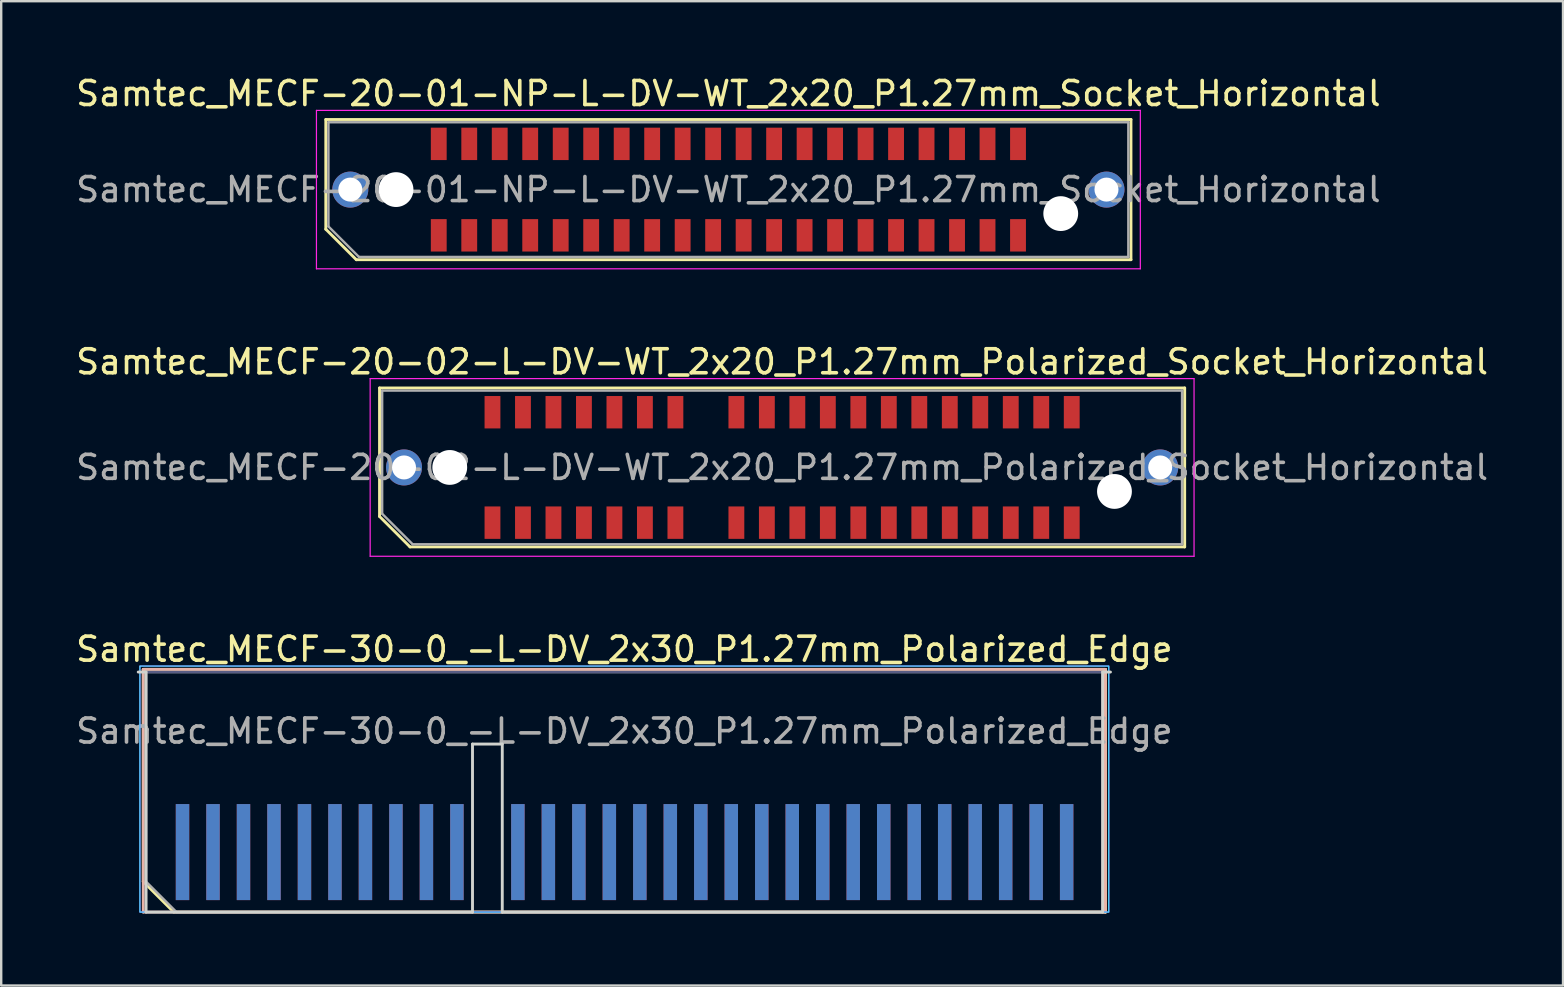
<source format=kicad_pcb>
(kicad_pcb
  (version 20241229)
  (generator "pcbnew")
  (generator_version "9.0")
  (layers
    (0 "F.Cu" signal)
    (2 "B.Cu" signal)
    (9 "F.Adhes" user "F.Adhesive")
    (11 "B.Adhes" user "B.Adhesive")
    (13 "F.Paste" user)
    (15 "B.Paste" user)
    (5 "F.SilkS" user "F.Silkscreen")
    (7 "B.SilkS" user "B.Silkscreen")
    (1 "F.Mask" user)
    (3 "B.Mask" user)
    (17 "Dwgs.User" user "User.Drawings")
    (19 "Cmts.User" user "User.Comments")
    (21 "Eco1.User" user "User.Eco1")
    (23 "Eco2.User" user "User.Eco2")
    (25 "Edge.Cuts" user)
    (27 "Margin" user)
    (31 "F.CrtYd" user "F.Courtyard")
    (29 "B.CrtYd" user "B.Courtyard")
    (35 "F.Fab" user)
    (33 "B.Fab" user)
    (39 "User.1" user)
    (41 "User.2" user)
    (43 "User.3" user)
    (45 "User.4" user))
  (footprint "Samtec_MECF-30-0_-L-DV_2x30_P1.27mm_Polarized_Edge"
    (layer "F.Cu")
    (at 22.958 29.945)
    (property "Reference" "Samtec_MECF-30-0_-L-DV_2x30_P1.27mm_Polarized_Edge" (at 0 -5.95 0) (layer "F.SilkS") (effects (font (size 1 1) (thickness 0.15))))
    (attr exclude_from_pos_files exclude_from_bom)
    (fp_line (start -20.04 -5.11) (end 20.04 -5.11) (stroke (width 0.12) (type solid)) (layer "F.SilkS"))
    (fp_line (start -20.04 3.73) (end -20.04 -5.11) (stroke (width 0.12) (type solid)) (layer "F.SilkS"))
    (fp_line (start -18.77 5) (end -20.04 3.73) (stroke (width 0.12) (type solid)) (layer "F.SilkS"))
    (fp_line (start -18.77 5) (end 20.04 5) (stroke (width 0.12) (type solid)) (layer "F.SilkS"))
    (fp_line (start 20.04 5) (end 20.04 -5.11) (stroke (width 0.12) (type solid)) (layer "F.SilkS"))
    (fp_line (start -20.04 -5.11) (end 20.04 -5.11) (stroke (width 0.12) (type solid)) (layer "B.SilkS"))
    (fp_line (start -20.04 5) (end -20.04 -5.11) (stroke (width 0.12) (type solid)) (layer "B.SilkS"))
    (fp_line (start -20.04 5) (end 20.04 5) (stroke (width 0.12) (type solid)) (layer "B.SilkS"))
    (fp_line (start 20.04 5) (end 20.04 -5.11) (stroke (width 0.12) (type solid)) (layer "B.SilkS"))
    (fp_line (start -20.25 -5) (end -19.925 -5) (stroke (width 0.12) (type solid)) (layer "Edge.Cuts"))
    (fp_line (start -19.925 5) (end -19.925 -5) (stroke (width 0.12) (type solid)) (layer "Edge.Cuts"))
    (fp_line (start -19.925 5) (end -6.325 5) (stroke (width 0.12) (type solid)) (layer "Edge.Cuts"))
    (fp_line (start -6.325 -2) (end -5.085 -2) (stroke (width 0.12) (type solid)) (layer "Edge.Cuts"))
    (fp_line (start -6.325 5) (end -6.325 -2) (stroke (width 0.12) (type solid)) (layer "Edge.Cuts"))
    (fp_line (start -5.085 5) (end -5.085 -2) (stroke (width 0.12) (type solid)) (layer "Edge.Cuts"))
    (fp_line (start -5.085 5) (end 19.925 5) (stroke (width 0.12) (type solid)) (layer "Edge.Cuts"))
    (fp_line (start 19.925 5) (end 19.925 -5) (stroke (width 0.12) (type solid)) (layer "Edge.Cuts"))
    (fp_line (start 20.25 -5) (end 19.925 -5) (stroke (width 0.12) (type solid)) (layer "Edge.Cuts"))
    (fp_rect (start -20.18 -5.25) (end 20.18 5) (stroke (width 0.05) (type solid)) (fill no) (layer "B.CrtYd"))
    (fp_rect (start -20.18 -5.25) (end 20.18 5) (stroke (width 0.05) (type solid)) (fill no) (layer "F.CrtYd"))
    (fp_line (start -19.925 -5) (end 19.925 -5) (stroke (width 0.1) (type solid)) (layer "B.Fab"))
    (fp_line (start -19.925 5) (end -19.925 -5) (stroke (width 0.1) (type solid)) (layer "B.Fab"))
    (fp_line (start -19.925 5) (end 19.925 5) (stroke (width 0.1) (type solid)) (layer "B.Fab"))
    (fp_line (start 19.925 5) (end 19.925 -5) (stroke (width 0.1) (type solid)) (layer "B.Fab"))
    (fp_line (start -19.925 -5) (end 19.925 -5) (stroke (width 0.1) (type solid)) (layer "F.Fab"))
    (fp_line (start -19.925 3.73) (end -19.925 -5) (stroke (width 0.1) (type solid)) (layer "F.Fab"))
    (fp_line (start -19.925 3.73) (end -18.655 5) (stroke (width 0.1) (type solid)) (layer "F.Fab"))
    (fp_line (start -18.655 5) (end 19.925 5) (stroke (width 0.1) (type solid)) (layer "F.Fab"))
    (fp_line (start 19.925 5) (end 19.925 -5) (stroke (width 0.1) (type solid)) (layer "F.Fab"))
    (fp_text user "${REFERENCE}" (at 0 -2.54 0) (layer "F.Fab") (effects (font (size 1 1) (thickness 0.15))))
    (pad "1" connect rect (at -18.405 2.5) (size 0.56 4) (layers "F.Cu" "F.Mask"))
    (pad "2" connect rect (at -18.405 2.5) (size 0.56 4) (layers "B.Cu" "B.Mask"))
    (pad "3" connect rect (at -17.135 2.5) (size 0.56 4) (layers "F.Cu" "F.Mask"))
    (pad "4" connect rect (at -17.135 2.5) (size 0.56 4) (layers "B.Cu" "B.Mask"))
    (pad "5" connect rect (at -15.865 2.5) (size 0.56 4) (layers "F.Cu" "F.Mask"))
    (pad "6" connect rect (at -15.865 2.5) (size 0.56 4) (layers "B.Cu" "B.Mask"))
    (pad "7" connect rect (at -14.595 2.5) (size 0.56 4) (layers "F.Cu" "F.Mask"))
    (pad "8" connect rect (at -14.595 2.5) (size 0.56 4) (layers "B.Cu" "B.Mask"))
    (pad "9" connect rect (at -13.325 2.5) (size 0.56 4) (layers "F.Cu" "F.Mask"))
    (pad "10" connect rect (at -13.325 2.5) (size 0.56 4) (layers "B.Cu" "B.Mask"))
    (pad "11" connect rect (at -12.055 2.5) (size 0.56 4) (layers "F.Cu" "F.Mask"))
    (pad "12" connect rect (at -12.055 2.5) (size 0.56 4) (layers "B.Cu" "B.Mask"))
    (pad "13" connect rect (at -10.785 2.5) (size 0.56 4) (layers "F.Cu" "F.Mask"))
    (pad "14" connect rect (at -10.785 2.5) (size 0.56 4) (layers "B.Cu" "B.Mask"))
    (pad "15" connect rect (at -9.515 2.5) (size 0.56 4) (layers "F.Cu" "F.Mask"))
    (pad "16" connect rect (at -9.515 2.5) (size 0.56 4) (layers "B.Cu" "B.Mask"))
    (pad "17" connect rect (at -8.245 2.5) (size 0.56 4) (layers "F.Cu" "F.Mask"))
    (pad "18" connect rect (at -8.245 2.5) (size 0.56 4) (layers "B.Cu" "B.Mask"))
    (pad "19" connect rect (at -6.975 2.5) (size 0.56 4) (layers "F.Cu" "F.Mask"))
    (pad "20" connect rect (at -6.975 2.5) (size 0.56 4) (layers "B.Cu" "B.Mask"))
    (pad "23" connect rect (at -4.435 2.5) (size 0.56 4) (layers "F.Cu" "F.Mask"))
    (pad "24" connect rect (at -4.435 2.5) (size 0.56 4) (layers "B.Cu" "B.Mask"))
    (pad "25" connect rect (at -3.165 2.5) (size 0.56 4) (layers "F.Cu" "F.Mask"))
    (pad "26" connect rect (at -3.165 2.5) (size 0.56 4) (layers "B.Cu" "B.Mask"))
    (pad "27" connect rect (at -1.895 2.5) (size 0.56 4) (layers "F.Cu" "F.Mask"))
    (pad "28" connect rect (at -1.895 2.5) (size 0.56 4) (layers "B.Cu" "B.Mask"))
    (pad "29" connect rect (at -0.625 2.5) (size 0.56 4) (layers "F.Cu" "F.Mask"))
    (pad "30" connect rect (at -0.625 2.5) (size 0.56 4) (layers "B.Cu" "B.Mask"))
    (pad "31" connect rect (at 0.645 2.5) (size 0.56 4) (layers "F.Cu" "F.Mask"))
    (pad "32" connect rect (at 0.645 2.5) (size 0.56 4) (layers "B.Cu" "B.Mask"))
    (pad "33" connect rect (at 1.915 2.5) (size 0.56 4) (layers "F.Cu" "F.Mask"))
    (pad "34" connect rect (at 1.915 2.5) (size 0.56 4) (layers "B.Cu" "B.Mask"))
    (pad "35" connect rect (at 3.185 2.5) (size 0.56 4) (layers "F.Cu" "F.Mask"))
    (pad "36" connect rect (at 3.185 2.5) (size 0.56 4) (layers "B.Cu" "B.Mask"))
    (pad "37" connect rect (at 4.455 2.5) (size 0.56 4) (layers "F.Cu" "F.Mask"))
    (pad "38" connect rect (at 4.455 2.5) (size 0.56 4) (layers "B.Cu" "B.Mask"))
    (pad "39" connect rect (at 5.725 2.5) (size 0.56 4) (layers "F.Cu" "F.Mask"))
    (pad "40" connect rect (at 5.725 2.5) (size 0.56 4) (layers "B.Cu" "B.Mask"))
    (pad "41" connect rect (at 6.995 2.5) (size 0.56 4) (layers "F.Cu" "F.Mask"))
    (pad "42" connect rect (at 6.995 2.5) (size 0.56 4) (layers "B.Cu" "B.Mask"))
    (pad "43" connect rect (at 8.265 2.5) (size 0.56 4) (layers "F.Cu" "F.Mask"))
    (pad "44" connect rect (at 8.265 2.5) (size 0.56 4) (layers "B.Cu" "B.Mask"))
    (pad "45" connect rect (at 9.535 2.5) (size 0.56 4) (layers "F.Cu" "F.Mask"))
    (pad "46" connect rect (at 9.535 2.5) (size 0.56 4) (layers "B.Cu" "B.Mask"))
    (pad "47" connect rect (at 10.805 2.5) (size 0.56 4) (layers "F.Cu" "F.Mask"))
    (pad "48" connect rect (at 10.805 2.5) (size 0.56 4) (layers "B.Cu" "B.Mask"))
    (pad "49" connect rect (at 12.075 2.5) (size 0.56 4) (layers "F.Cu" "F.Mask"))
    (pad "50" connect rect (at 12.075 2.5) (size 0.56 4) (layers "B.Cu" "B.Mask"))
    (pad "51" connect rect (at 13.345 2.5) (size 0.56 4) (layers "F.Cu" "F.Mask"))
    (pad "52" connect rect (at 13.345 2.5) (size 0.56 4) (layers "B.Cu" "B.Mask"))
    (pad "53" connect rect (at 14.615 2.5) (size 0.56 4) (layers "F.Cu" "F.Mask"))
    (pad "54" connect rect (at 14.615 2.5) (size 0.56 4) (layers "B.Cu" "B.Mask"))
    (pad "55" connect rect (at 15.885 2.5) (size 0.56 4) (layers "F.Cu" "F.Mask"))
    (pad "56" connect rect (at 15.885 2.5) (size 0.56 4) (layers "B.Cu" "B.Mask"))
    (pad "57" connect rect (at 17.155 2.5) (size 0.56 4) (layers "F.Cu" "F.Mask"))
    (pad "58" connect rect (at 17.155 2.5) (size 0.56 4) (layers "B.Cu" "B.Mask"))
    (pad "59" connect rect (at 18.425 2.5) (size 0.56 4) (layers "F.Cu" "F.Mask"))
    (pad "60" connect rect (at 18.425 2.5) (size 0.56 4) (layers "B.Cu" "B.Mask")))
  (footprint "Samtec_MECF-20-01-NP-L-DV-WT_2x20_P1.27mm_Socket_Horizontal"
    (layer "F.Cu")
    (at 27.292 4.848)
    (property "Reference" "Samtec_MECF-20-01-NP-L-DV-WT_2x20_P1.27mm_Socket_Horizontal" (at 0 -4 0) (layer "F.SilkS") (effects (font (size 1 1) (thickness 0.15))))
    (attr smd)
    (fp_line (start -16.77 -2.92) (end 16.77 -2.92) (stroke (width 0.12) (type solid)) (layer "F.SilkS"))
    (fp_line (start -16.77 1.65) (end -16.77 -2.92) (stroke (width 0.12) (type solid)) (layer "F.SilkS"))
    (fp_line (start -15.5 2.92) (end -16.77 1.65) (stroke (width 0.12) (type solid)) (layer "F.SilkS"))
    (fp_line (start -15.5 2.92) (end 16.77 2.92) (stroke (width 0.12) (type solid)) (layer "F.SilkS"))
    (fp_line (start 16.77 2.92) (end 16.77 -2.92) (stroke (width 0.12) (type solid)) (layer "F.SilkS"))
    (fp_line (start -17.16 -3.3) (end -17.16 3.3) (stroke (width 0.05) (type solid)) (layer "F.CrtYd"))
    (fp_line (start -17.16 3.3) (end 17.16 3.3) (stroke (width 0.05) (type solid)) (layer "F.CrtYd"))
    (fp_line (start 17.16 -3.3) (end -17.16 -3.3) (stroke (width 0.05) (type solid)) (layer "F.CrtYd"))
    (fp_line (start 17.16 3.3) (end 17.16 -3.3) (stroke (width 0.05) (type solid)) (layer "F.CrtYd"))
    (fp_line (start -16.66 -2.805) (end 16.66 -2.805) (stroke (width 0.1) (type solid)) (layer "F.Fab"))
    (fp_line (start -16.66 1.535) (end -16.66 -2.805) (stroke (width 0.1) (type solid)) (layer "F.Fab"))
    (fp_line (start -16.66 1.535) (end -15.39 2.805) (stroke (width 0.1) (type solid)) (layer "F.Fab"))
    (fp_line (start -15.39 2.805) (end 16.66 2.805) (stroke (width 0.1) (type solid)) (layer "F.Fab"))
    (fp_line (start 16.66 2.805) (end 16.66 -2.805) (stroke (width 0.1) (type solid)) (layer "F.Fab"))
    (fp_text user "${REFERENCE}" (at 0 0 0) (layer "F.Fab") (effects (font (size 1 1) (thickness 0.15))))
    (pad "" thru_hole circle (at -15.75 0) (size 1.5 1.5) (drill 1) (layers "*.Cu" "*.Mask"))
    (pad "" np_thru_hole circle (at -13.845 0) (size 1.45 1.45) (drill 1.45) (layers "*.Cu" "*.Mask"))
    (pad "" np_thru_hole circle (at 13.845 1) (size 1.45 1.45) (drill 1.45) (layers "*.Cu" "*.Mask"))
    (pad "" thru_hole circle (at 15.75 0) (size 1.5 1.5) (drill 1) (layers "*.Cu" "*.Mask"))
    (pad "1" smd rect (at -12.065 1.905) (size 0.66 1.35) (layers "F.Cu" "F.Mask" "F.Paste"))
    (pad "2" smd rect (at -12.065 -1.905) (size 0.66 1.35) (layers "F.Cu" "F.Mask" "F.Paste"))
    (pad "3" smd rect (at -10.795 1.905) (size 0.66 1.35) (layers "F.Cu" "F.Mask" "F.Paste"))
    (pad "4" smd rect (at -10.795 -1.905) (size 0.66 1.35) (layers "F.Cu" "F.Mask" "F.Paste"))
    (pad "5" smd rect (at -9.525 1.905) (size 0.66 1.35) (layers "F.Cu" "F.Mask" "F.Paste"))
    (pad "6" smd rect (at -9.525 -1.905) (size 0.66 1.35) (layers "F.Cu" "F.Mask" "F.Paste"))
    (pad "7" smd rect (at -8.255 1.905) (size 0.66 1.35) (layers "F.Cu" "F.Mask" "F.Paste"))
    (pad "8" smd rect (at -8.255 -1.905) (size 0.66 1.35) (layers "F.Cu" "F.Mask" "F.Paste"))
    (pad "9" smd rect (at -6.985 1.905) (size 0.66 1.35) (layers "F.Cu" "F.Mask" "F.Paste"))
    (pad "10" smd rect (at -6.985 -1.905) (size 0.66 1.35) (layers "F.Cu" "F.Mask" "F.Paste"))
    (pad "11" smd rect (at -5.715 1.905) (size 0.66 1.35) (layers "F.Cu" "F.Mask" "F.Paste"))
    (pad "12" smd rect (at -5.715 -1.905) (size 0.66 1.35) (layers "F.Cu" "F.Mask" "F.Paste"))
    (pad "13" smd rect (at -4.445 1.905) (size 0.66 1.35) (layers "F.Cu" "F.Mask" "F.Paste"))
    (pad "14" smd rect (at -4.445 -1.905) (size 0.66 1.35) (layers "F.Cu" "F.Mask" "F.Paste"))
    (pad "15" smd rect (at -3.175 1.905) (size 0.66 1.35) (layers "F.Cu" "F.Mask" "F.Paste"))
    (pad "16" smd rect (at -3.175 -1.905) (size 0.66 1.35) (layers "F.Cu" "F.Mask" "F.Paste"))
    (pad "17" smd rect (at -1.905 1.905) (size 0.66 1.35) (layers "F.Cu" "F.Mask" "F.Paste"))
    (pad "18" smd rect (at -1.905 -1.905) (size 0.66 1.35) (layers "F.Cu" "F.Mask" "F.Paste"))
    (pad "19" smd rect (at -0.635 1.905) (size 0.66 1.35) (layers "F.Cu" "F.Mask" "F.Paste"))
    (pad "20" smd rect (at -0.635 -1.905) (size 0.66 1.35) (layers "F.Cu" "F.Mask" "F.Paste"))
    (pad "21" smd rect (at 0.635 1.905) (size 0.66 1.35) (layers "F.Cu" "F.Mask" "F.Paste"))
    (pad "22" smd rect (at 0.635 -1.905) (size 0.66 1.35) (layers "F.Cu" "F.Mask" "F.Paste"))
    (pad "23" smd rect (at 1.905 1.905) (size 0.66 1.35) (layers "F.Cu" "F.Mask" "F.Paste"))
    (pad "24" smd rect (at 1.905 -1.905) (size 0.66 1.35) (layers "F.Cu" "F.Mask" "F.Paste"))
    (pad "25" smd rect (at 3.175 1.905) (size 0.66 1.35) (layers "F.Cu" "F.Mask" "F.Paste"))
    (pad "26" smd rect (at 3.175 -1.905) (size 0.66 1.35) (layers "F.Cu" "F.Mask" "F.Paste"))
    (pad "27" smd rect (at 4.445 1.905) (size 0.66 1.35) (layers "F.Cu" "F.Mask" "F.Paste"))
    (pad "28" smd rect (at 4.445 -1.905) (size 0.66 1.35) (layers "F.Cu" "F.Mask" "F.Paste"))
    (pad "29" smd rect (at 5.715 1.905) (size 0.66 1.35) (layers "F.Cu" "F.Mask" "F.Paste"))
    (pad "30" smd rect (at 5.715 -1.905) (size 0.66 1.35) (layers "F.Cu" "F.Mask" "F.Paste"))
    (pad "31" smd rect (at 6.985 1.905) (size 0.66 1.35) (layers "F.Cu" "F.Mask" "F.Paste"))
    (pad "32" smd rect (at 6.985 -1.905) (size 0.66 1.35) (layers "F.Cu" "F.Mask" "F.Paste"))
    (pad "33" smd rect (at 8.255 1.905) (size 0.66 1.35) (layers "F.Cu" "F.Mask" "F.Paste"))
    (pad "34" smd rect (at 8.255 -1.905) (size 0.66 1.35) (layers "F.Cu" "F.Mask" "F.Paste"))
    (pad "35" smd rect (at 9.525 1.905) (size 0.66 1.35) (layers "F.Cu" "F.Mask" "F.Paste"))
    (pad "36" smd rect (at 9.525 -1.905) (size 0.66 1.35) (layers "F.Cu" "F.Mask" "F.Paste"))
    (pad "37" smd rect (at 10.795 1.905) (size 0.66 1.35) (layers "F.Cu" "F.Mask" "F.Paste"))
    (pad "38" smd rect (at 10.795 -1.905) (size 0.66 1.35) (layers "F.Cu" "F.Mask" "F.Paste"))
    (pad "39" smd rect (at 12.065 1.905) (size 0.66 1.35) (layers "F.Cu" "F.Mask" "F.Paste"))
    (pad "40" smd rect (at 12.065 -1.905) (size 0.66 1.35) (layers "F.Cu" "F.Mask" "F.Paste")))
  (footprint "Samtec_MECF-20-02-L-DV-WT_2x20_P1.27mm_Polarized_Socket_Horizontal"
    (layer "F.Cu")
    (at 29.53 16.422)
    (property "Reference" "Samtec_MECF-20-02-L-DV-WT_2x20_P1.27mm_Polarized_Socket_Horizontal" (at 0 -4.4 0) (layer "F.SilkS") (effects (font (size 1 1) (thickness 0.15))))
    (attr smd)
    (fp_line (start -16.77 -3.31) (end 16.77 -3.31) (stroke (width 0.12) (type solid)) (layer "F.SilkS"))
    (fp_line (start -16.77 2.04) (end -16.77 -3.31) (stroke (width 0.12) (type solid)) (layer "F.SilkS"))
    (fp_line (start -15.5 3.31) (end -16.77 2.04) (stroke (width 0.12) (type solid)) (layer "F.SilkS"))
    (fp_line (start -15.5 3.31) (end 16.77 3.31) (stroke (width 0.12) (type solid)) (layer "F.SilkS"))
    (fp_line (start 16.77 3.31) (end 16.77 -3.31) (stroke (width 0.12) (type solid)) (layer "F.SilkS"))
    (fp_line (start -17.16 -3.7) (end -17.16 3.7) (stroke (width 0.05) (type solid)) (layer "F.CrtYd"))
    (fp_line (start -17.16 3.7) (end 17.16 3.7) (stroke (width 0.05) (type solid)) (layer "F.CrtYd"))
    (fp_line (start 17.16 -3.7) (end -17.16 -3.7) (stroke (width 0.05) (type solid)) (layer "F.CrtYd"))
    (fp_line (start 17.16 3.7) (end 17.16 -3.7) (stroke (width 0.05) (type solid)) (layer "F.CrtYd"))
    (fp_line (start -16.66 -3.2) (end 16.66 -3.2) (stroke (width 0.1) (type solid)) (layer "F.Fab"))
    (fp_line (start -16.66 1.93) (end -16.66 -3.2) (stroke (width 0.1) (type solid)) (layer "F.Fab"))
    (fp_line (start -16.66 1.93) (end -15.39 3.2) (stroke (width 0.1) (type solid)) (layer "F.Fab"))
    (fp_line (start -15.39 3.2) (end 16.66 3.2) (stroke (width 0.1) (type solid)) (layer "F.Fab"))
    (fp_line (start 16.66 3.2) (end 16.66 -3.2) (stroke (width 0.1) (type solid)) (layer "F.Fab"))
    (fp_text user "${REFERENCE}" (at 0 0 0) (layer "F.Fab") (effects (font (size 1 1) (thickness 0.15))))
    (pad "" thru_hole circle (at -15.75 0) (size 1.5 1.5) (drill 1) (layers "*.Cu" "*.Mask"))
    (pad "" np_thru_hole circle (at -13.845 0) (size 1.45 1.45) (drill 1.45) (layers "*.Cu" "*.Mask"))
    (pad "" np_thru_hole circle (at 13.845 1) (size 1.45 1.45) (drill 1.45) (layers "*.Cu" "*.Mask"))
    (pad "" thru_hole circle (at 15.75 0) (size 1.5 1.5) (drill 1) (layers "*.Cu" "*.Mask"))
    (pad "1" smd rect (at -12.065 2.3) (size 0.66 1.35) (layers "F.Cu" "F.Mask" "F.Paste"))
    (pad "2" smd rect (at -12.065 -2.3) (size 0.66 1.35) (layers "F.Cu" "F.Mask" "F.Paste"))
    (pad "3" smd rect (at -10.795 2.3) (size 0.66 1.35) (layers "F.Cu" "F.Mask" "F.Paste"))
    (pad "4" smd rect (at -10.795 -2.3) (size 0.66 1.35) (layers "F.Cu" "F.Mask" "F.Paste"))
    (pad "5" smd rect (at -9.525 2.3) (size 0.66 1.35) (layers "F.Cu" "F.Mask" "F.Paste"))
    (pad "6" smd rect (at -9.525 -2.3) (size 0.66 1.35) (layers "F.Cu" "F.Mask" "F.Paste"))
    (pad "7" smd rect (at -8.255 2.3) (size 0.66 1.35) (layers "F.Cu" "F.Mask" "F.Paste"))
    (pad "8" smd rect (at -8.255 -2.3) (size 0.66 1.35) (layers "F.Cu" "F.Mask" "F.Paste"))
    (pad "9" smd rect (at -6.985 2.3) (size 0.66 1.35) (layers "F.Cu" "F.Mask" "F.Paste"))
    (pad "10" smd rect (at -6.985 -2.3) (size 0.66 1.35) (layers "F.Cu" "F.Mask" "F.Paste"))
    (pad "11" smd rect (at -5.715 2.3) (size 0.66 1.35) (layers "F.Cu" "F.Mask" "F.Paste"))
    (pad "12" smd rect (at -5.715 -2.3) (size 0.66 1.35) (layers "F.Cu" "F.Mask" "F.Paste"))
    (pad "13" smd rect (at -4.445 2.3) (size 0.66 1.35) (layers "F.Cu" "F.Mask" "F.Paste"))
    (pad "14" smd rect (at -4.445 -2.3) (size 0.66 1.35) (layers "F.Cu" "F.Mask" "F.Paste"))
    (pad "17" smd rect (at -1.905 2.3) (size 0.66 1.35) (layers "F.Cu" "F.Mask" "F.Paste"))
    (pad "18" smd rect (at -1.905 -2.3) (size 0.66 1.35) (layers "F.Cu" "F.Mask" "F.Paste"))
    (pad "19" smd rect (at -0.635 2.3) (size 0.66 1.35) (layers "F.Cu" "F.Mask" "F.Paste"))
    (pad "20" smd rect (at -0.635 -2.3) (size 0.66 1.35) (layers "F.Cu" "F.Mask" "F.Paste"))
    (pad "21" smd rect (at 0.635 2.3) (size 0.66 1.35) (layers "F.Cu" "F.Mask" "F.Paste"))
    (pad "22" smd rect (at 0.635 -2.3) (size 0.66 1.35) (layers "F.Cu" "F.Mask" "F.Paste"))
    (pad "23" smd rect (at 1.905 2.3) (size 0.66 1.35) (layers "F.Cu" "F.Mask" "F.Paste"))
    (pad "24" smd rect (at 1.905 -2.3) (size 0.66 1.35) (layers "F.Cu" "F.Mask" "F.Paste"))
    (pad "25" smd rect (at 3.175 2.3) (size 0.66 1.35) (layers "F.Cu" "F.Mask" "F.Paste"))
    (pad "26" smd rect (at 3.175 -2.3) (size 0.66 1.35) (layers "F.Cu" "F.Mask" "F.Paste"))
    (pad "27" smd rect (at 4.445 2.3) (size 0.66 1.35) (layers "F.Cu" "F.Mask" "F.Paste"))
    (pad "28" smd rect (at 4.445 -2.3) (size 0.66 1.35) (layers "F.Cu" "F.Mask" "F.Paste"))
    (pad "29" smd rect (at 5.715 2.3) (size 0.66 1.35) (layers "F.Cu" "F.Mask" "F.Paste"))
    (pad "30" smd rect (at 5.715 -2.3) (size 0.66 1.35) (layers "F.Cu" "F.Mask" "F.Paste"))
    (pad "31" smd rect (at 6.985 2.3) (size 0.66 1.35) (layers "F.Cu" "F.Mask" "F.Paste"))
    (pad "32" smd rect (at 6.985 -2.3) (size 0.66 1.35) (layers "F.Cu" "F.Mask" "F.Paste"))
    (pad "33" smd rect (at 8.255 2.3) (size 0.66 1.35) (layers "F.Cu" "F.Mask" "F.Paste"))
    (pad "34" smd rect (at 8.255 -2.3) (size 0.66 1.35) (layers "F.Cu" "F.Mask" "F.Paste"))
    (pad "35" smd rect (at 9.525 2.3) (size 0.66 1.35) (layers "F.Cu" "F.Mask" "F.Paste"))
    (pad "36" smd rect (at 9.525 -2.3) (size 0.66 1.35) (layers "F.Cu" "F.Mask" "F.Paste"))
    (pad "37" smd rect (at 10.795 2.3) (size 0.66 1.35) (layers "F.Cu" "F.Mask" "F.Paste"))
    (pad "38" smd rect (at 10.795 -2.3) (size 0.66 1.35) (layers "F.Cu" "F.Mask" "F.Paste"))
    (pad "39" smd rect (at 12.065 2.3) (size 0.66 1.35) (layers "F.Cu" "F.Mask" "F.Paste"))
    (pad "40" smd rect (at 12.065 -2.3) (size 0.66 1.35) (layers "F.Cu" "F.Mask" "F.Paste")))
  (gr_rect
    (start -3 -3)
    (end 62.06 38.005)
    (stroke (width 0.1) (type default))
    (fill no)
    (layer "Edge.Cuts")))
</source>
